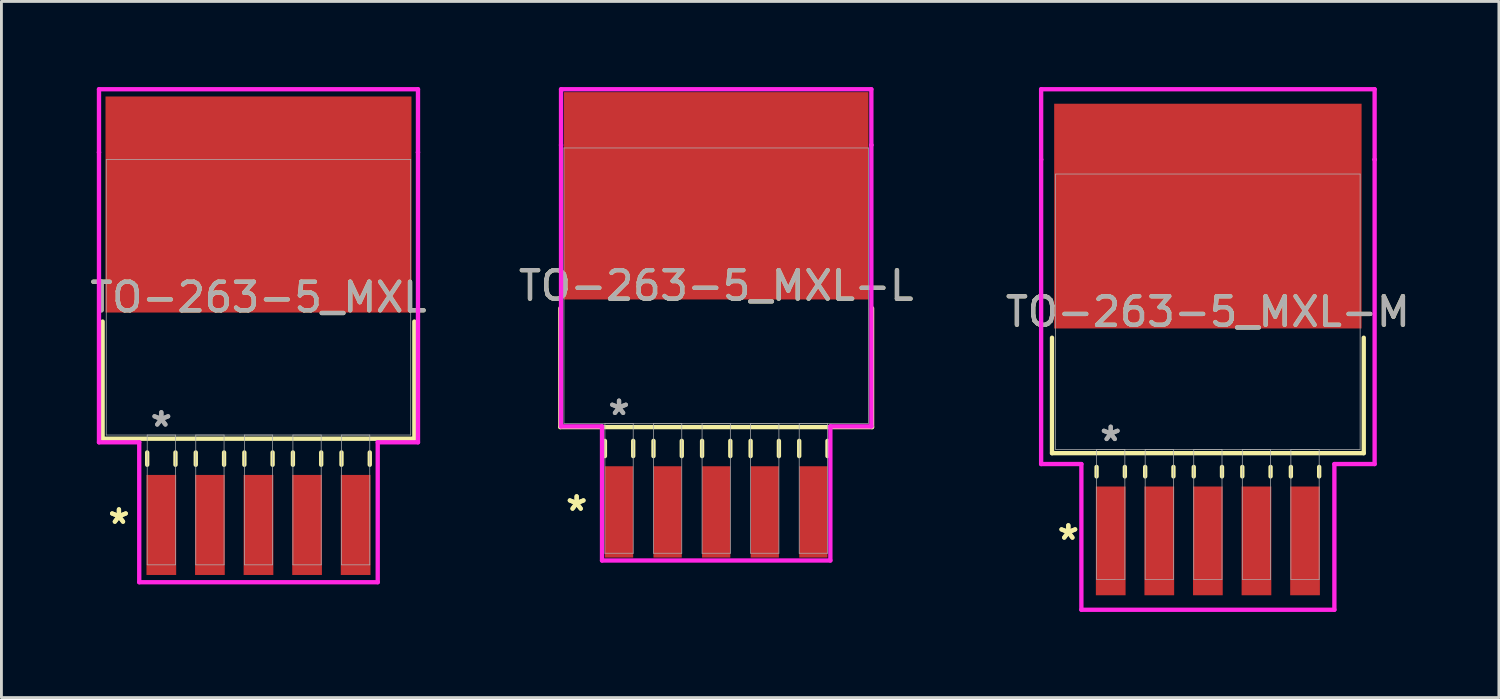
<source format=kicad_pcb>
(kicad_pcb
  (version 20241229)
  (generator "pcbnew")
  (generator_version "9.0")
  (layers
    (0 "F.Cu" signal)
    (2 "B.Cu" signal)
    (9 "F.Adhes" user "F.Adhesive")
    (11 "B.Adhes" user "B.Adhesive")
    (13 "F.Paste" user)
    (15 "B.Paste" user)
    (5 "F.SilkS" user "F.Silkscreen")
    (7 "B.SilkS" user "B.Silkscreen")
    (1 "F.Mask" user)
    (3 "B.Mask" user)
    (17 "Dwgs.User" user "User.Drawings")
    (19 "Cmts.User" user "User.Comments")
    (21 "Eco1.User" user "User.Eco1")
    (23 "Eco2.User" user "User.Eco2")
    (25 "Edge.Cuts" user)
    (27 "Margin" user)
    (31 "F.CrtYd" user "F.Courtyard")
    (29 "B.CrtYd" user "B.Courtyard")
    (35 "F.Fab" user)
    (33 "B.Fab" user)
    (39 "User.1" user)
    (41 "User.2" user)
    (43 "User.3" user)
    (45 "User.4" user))
  (footprint "TO-263-5_MXL-M"
    (layer "F.Cu")
    (at 39.268 7.874)
    (property "Reference" "TO-263-5_MXL-M" (at 0 0 0) (unlocked yes) (layer "F.SilkS") (effects (font (size 1 1) (thickness 0.15))))
    (attr smd)
    (fp_line (start -5.461 0.908) (end -5.461 4.953) (stroke (width 0.152) (type solid)) (layer "F.SilkS"))
    (fp_line (start -5.461 4.953) (end 5.461 4.953) (stroke (width 0.152) (type solid)) (layer "F.SilkS"))
    (fp_line (start -3.899 5.436) (end -3.899 5.766) (stroke (width 0.152) (type solid)) (layer "F.SilkS"))
    (fp_line (start -2.908 5.436) (end -2.908 5.766) (stroke (width 0.152) (type solid)) (layer "F.SilkS"))
    (fp_line (start -2.197 5.436) (end -2.197 5.766) (stroke (width 0.152) (type solid)) (layer "F.SilkS"))
    (fp_line (start -1.206 5.436) (end -1.206 5.766) (stroke (width 0.152) (type solid)) (layer "F.SilkS"))
    (fp_line (start -0.495 5.436) (end -0.495 5.766) (stroke (width 0.152) (type solid)) (layer "F.SilkS"))
    (fp_line (start 0.495 5.436) (end 0.495 5.766) (stroke (width 0.152) (type solid)) (layer "F.SilkS"))
    (fp_line (start 1.206 5.436) (end 1.206 5.766) (stroke (width 0.152) (type solid)) (layer "F.SilkS"))
    (fp_line (start 2.197 5.436) (end 2.197 5.766) (stroke (width 0.152) (type solid)) (layer "F.SilkS"))
    (fp_line (start 2.908 5.436) (end 2.908 5.766) (stroke (width 0.152) (type solid)) (layer "F.SilkS"))
    (fp_line (start 3.899 5.436) (end 3.899 5.766) (stroke (width 0.152) (type solid)) (layer "F.SilkS"))
    (fp_line (start 5.461 4.953) (end 5.461 0.908) (stroke (width 0.152) (type solid)) (layer "F.SilkS"))
    (fp_line (start -5.842 -7.798) (end 5.842 -7.798) (stroke (width 0.152) (type solid)) (layer "F.CrtYd"))
    (fp_line (start -5.842 -5.334) (end -5.842 -7.798) (stroke (width 0.152) (type solid)) (layer "F.CrtYd"))
    (fp_line (start -5.842 -5.334) (end -5.842 -5.334) (stroke (width 0.152) (type solid)) (layer "F.CrtYd"))
    (fp_line (start -5.842 5.334) (end -5.842 -5.334) (stroke (width 0.152) (type solid)) (layer "F.CrtYd"))
    (fp_line (start -4.432 5.334) (end -5.842 5.334) (stroke (width 0.152) (type solid)) (layer "F.CrtYd"))
    (fp_line (start -4.432 10.439) (end -4.432 5.334) (stroke (width 0.152) (type solid)) (layer "F.CrtYd"))
    (fp_line (start 4.432 5.334) (end 4.432 10.439) (stroke (width 0.152) (type solid)) (layer "F.CrtYd"))
    (fp_line (start 4.432 10.439) (end -4.432 10.439) (stroke (width 0.152) (type solid)) (layer "F.CrtYd"))
    (fp_line (start 5.842 -7.798) (end 5.842 -5.334) (stroke (width 0.152) (type solid)) (layer "F.CrtYd"))
    (fp_line (start 5.842 -5.334) (end 5.842 -5.334) (stroke (width 0.152) (type solid)) (layer "F.CrtYd"))
    (fp_line (start 5.842 -5.334) (end 5.842 5.334) (stroke (width 0.152) (type solid)) (layer "F.CrtYd"))
    (fp_line (start 5.842 5.334) (end 4.432 5.334) (stroke (width 0.152) (type solid)) (layer "F.CrtYd"))
    (fp_line (start -5.334 -4.826) (end -5.334 4.826) (stroke (width 0.025) (type solid)) (layer "F.Fab"))
    (fp_line (start -5.334 4.826) (end 5.334 4.826) (stroke (width 0.025) (type solid)) (layer "F.Fab"))
    (fp_line (start -3.899 4.826) (end -3.899 9.373) (stroke (width 0.025) (type solid)) (layer "F.Fab"))
    (fp_line (start -3.899 9.373) (end -2.908 9.373) (stroke (width 0.025) (type solid)) (layer "F.Fab"))
    (fp_line (start -2.908 4.826) (end -3.899 4.826) (stroke (width 0.025) (type solid)) (layer "F.Fab"))
    (fp_line (start -2.908 9.373) (end -2.908 4.826) (stroke (width 0.025) (type solid)) (layer "F.Fab"))
    (fp_line (start -2.197 4.826) (end -2.197 9.373) (stroke (width 0.025) (type solid)) (layer "F.Fab"))
    (fp_line (start -2.197 9.373) (end -1.206 9.373) (stroke (width 0.025) (type solid)) (layer "F.Fab"))
    (fp_line (start -1.206 4.826) (end -2.197 4.826) (stroke (width 0.025) (type solid)) (layer "F.Fab"))
    (fp_line (start -1.206 9.373) (end -1.206 4.826) (stroke (width 0.025) (type solid)) (layer "F.Fab"))
    (fp_line (start -0.495 4.826) (end -0.495 9.373) (stroke (width 0.025) (type solid)) (layer "F.Fab"))
    (fp_line (start -0.495 9.373) (end 0.495 9.373) (stroke (width 0.025) (type solid)) (layer "F.Fab"))
    (fp_line (start 0.495 4.826) (end -0.495 4.826) (stroke (width 0.025) (type solid)) (layer "F.Fab"))
    (fp_line (start 0.495 9.373) (end 0.495 4.826) (stroke (width 0.025) (type solid)) (layer "F.Fab"))
    (fp_line (start 1.206 4.826) (end 1.206 9.373) (stroke (width 0.025) (type solid)) (layer "F.Fab"))
    (fp_line (start 1.206 9.373) (end 2.197 9.373) (stroke (width 0.025) (type solid)) (layer "F.Fab"))
    (fp_line (start 2.197 4.826) (end 1.206 4.826) (stroke (width 0.025) (type solid)) (layer "F.Fab"))
    (fp_line (start 2.197 9.373) (end 2.197 4.826) (stroke (width 0.025) (type solid)) (layer "F.Fab"))
    (fp_line (start 2.908 4.826) (end 2.908 9.373) (stroke (width 0.025) (type solid)) (layer "F.Fab"))
    (fp_line (start 2.908 9.373) (end 3.899 9.373) (stroke (width 0.025) (type solid)) (layer "F.Fab"))
    (fp_line (start 3.899 4.826) (end 2.908 4.826) (stroke (width 0.025) (type solid)) (layer "F.Fab"))
    (fp_line (start 3.899 9.373) (end 3.899 4.826) (stroke (width 0.025) (type solid)) (layer "F.Fab"))
    (fp_line (start 5.334 -4.826) (end -5.334 -4.826) (stroke (width 0.025) (type solid)) (layer "F.Fab"))
    (fp_line (start 5.334 4.826) (end 5.334 -4.826) (stroke (width 0.025) (type solid)) (layer "F.Fab"))
    (fp_text user "*" (at -4.889 8.026 0) (layer "F.SilkS") (effects (font (size 1 1) (thickness 0.15))))
    (fp_text user "*" (at -4.889 8.026 0) (unlocked yes) (layer "F.SilkS") (effects (font (size 1 1) (thickness 0.15))))
    (fp_text user "${REFERENCE}" (at 0 0 0) (unlocked yes) (layer "F.Fab") (effects (font (size 1 1) (thickness 0.15))))
    (fp_text user "*" (at -3.404 4.572 0) (layer "F.Fab") (effects (font (size 1 1) (thickness 0.15))))
    (fp_text user "*" (at -3.404 4.572 0) (unlocked yes) (layer "F.Fab") (effects (font (size 1 1) (thickness 0.15))))
    (pad "1" smd rect (at -3.404 8.026) (size 1.041 3.81) (layers "F.Cu" "F.Mask" "F.Paste"))
    (pad "2" smd rect (at -1.702 8.026) (size 1.041 3.81) (layers "F.Cu" "F.Mask" "F.Paste"))
    (pad "3" smd rect (at 0 8.026) (size 1.041 3.81) (layers "F.Cu" "F.Mask" "F.Paste"))
    (pad "4" smd rect (at 1.702 8.026) (size 1.041 3.81) (layers "F.Cu" "F.Mask" "F.Paste"))
    (pad "5" smd rect (at 3.404 8.026) (size 1.041 3.81) (layers "F.Cu" "F.Mask" "F.Paste"))
    (pad "6" smd rect (at 0 -3.353) (size 10.77 7.874) (layers "F.Cu" "F.Mask" "F.Paste")))
  (footprint "TO-263-5_MXL"
    (layer "F.Cu")
    (at 6.006 7.366)
    (property "Reference" "TO-263-5_MXL" (at 0 0 0) (unlocked yes) (layer "F.SilkS") (effects (font (size 1 1) (thickness 0.15))))
    (attr smd)
    (fp_line (start -5.461 0.85) (end -5.461 4.953) (stroke (width 0.152) (type solid)) (layer "F.SilkS"))
    (fp_line (start -5.461 4.953) (end 5.461 4.953) (stroke (width 0.152) (type solid)) (layer "F.SilkS"))
    (fp_line (start -3.899 5.436) (end -3.899 5.867) (stroke (width 0.152) (type solid)) (layer "F.SilkS"))
    (fp_line (start -2.908 5.436) (end -2.908 5.867) (stroke (width 0.152) (type solid)) (layer "F.SilkS"))
    (fp_line (start -2.197 5.436) (end -2.197 5.867) (stroke (width 0.152) (type solid)) (layer "F.SilkS"))
    (fp_line (start -1.206 5.436) (end -1.206 5.867) (stroke (width 0.152) (type solid)) (layer "F.SilkS"))
    (fp_line (start -0.495 5.436) (end -0.495 5.867) (stroke (width 0.152) (type solid)) (layer "F.SilkS"))
    (fp_line (start 0.495 5.436) (end 0.495 5.867) (stroke (width 0.152) (type solid)) (layer "F.SilkS"))
    (fp_line (start 1.206 5.436) (end 1.206 5.867) (stroke (width 0.152) (type solid)) (layer "F.SilkS"))
    (fp_line (start 2.197 5.436) (end 2.197 5.867) (stroke (width 0.152) (type solid)) (layer "F.SilkS"))
    (fp_line (start 2.908 5.436) (end 2.908 5.867) (stroke (width 0.152) (type solid)) (layer "F.SilkS"))
    (fp_line (start 3.899 5.436) (end 3.899 5.867) (stroke (width 0.152) (type solid)) (layer "F.SilkS"))
    (fp_line (start 5.461 4.953) (end 5.461 0.85) (stroke (width 0.152) (type solid)) (layer "F.SilkS"))
    (fp_line (start -5.588 -7.29) (end 5.588 -7.29) (stroke (width 0.152) (type solid)) (layer "F.CrtYd"))
    (fp_line (start -5.588 -5.08) (end -5.588 -7.29) (stroke (width 0.152) (type solid)) (layer "F.CrtYd"))
    (fp_line (start -5.588 -5.08) (end -5.588 -5.08) (stroke (width 0.152) (type solid)) (layer "F.CrtYd"))
    (fp_line (start -5.588 5.08) (end -5.588 -5.08) (stroke (width 0.152) (type solid)) (layer "F.CrtYd"))
    (fp_line (start -4.178 5.08) (end -5.588 5.08) (stroke (width 0.152) (type solid)) (layer "F.CrtYd"))
    (fp_line (start -4.178 9.982) (end -4.178 5.08) (stroke (width 0.152) (type solid)) (layer "F.CrtYd"))
    (fp_line (start 4.178 5.08) (end 4.178 9.982) (stroke (width 0.152) (type solid)) (layer "F.CrtYd"))
    (fp_line (start 4.178 9.982) (end -4.178 9.982) (stroke (width 0.152) (type solid)) (layer "F.CrtYd"))
    (fp_line (start 5.588 -7.29) (end 5.588 -5.08) (stroke (width 0.152) (type solid)) (layer "F.CrtYd"))
    (fp_line (start 5.588 -5.08) (end 5.588 -5.08) (stroke (width 0.152) (type solid)) (layer "F.CrtYd"))
    (fp_line (start 5.588 -5.08) (end 5.588 5.08) (stroke (width 0.152) (type solid)) (layer "F.CrtYd"))
    (fp_line (start 5.588 5.08) (end 4.178 5.08) (stroke (width 0.152) (type solid)) (layer "F.CrtYd"))
    (fp_line (start -5.334 -4.826) (end -5.334 4.826) (stroke (width 0.025) (type solid)) (layer "F.Fab"))
    (fp_line (start -5.334 4.826) (end 5.334 4.826) (stroke (width 0.025) (type solid)) (layer "F.Fab"))
    (fp_line (start -3.899 4.826) (end -3.899 9.373) (stroke (width 0.025) (type solid)) (layer "F.Fab"))
    (fp_line (start -3.899 9.373) (end -2.908 9.373) (stroke (width 0.025) (type solid)) (layer "F.Fab"))
    (fp_line (start -2.908 4.826) (end -3.899 4.826) (stroke (width 0.025) (type solid)) (layer "F.Fab"))
    (fp_line (start -2.908 9.373) (end -2.908 4.826) (stroke (width 0.025) (type solid)) (layer "F.Fab"))
    (fp_line (start -2.197 4.826) (end -2.197 9.373) (stroke (width 0.025) (type solid)) (layer "F.Fab"))
    (fp_line (start -2.197 9.373) (end -1.206 9.373) (stroke (width 0.025) (type solid)) (layer "F.Fab"))
    (fp_line (start -1.206 4.826) (end -2.197 4.826) (stroke (width 0.025) (type solid)) (layer "F.Fab"))
    (fp_line (start -1.206 9.373) (end -1.206 4.826) (stroke (width 0.025) (type solid)) (layer "F.Fab"))
    (fp_line (start -0.495 4.826) (end -0.495 9.373) (stroke (width 0.025) (type solid)) (layer "F.Fab"))
    (fp_line (start -0.495 9.373) (end 0.495 9.373) (stroke (width 0.025) (type solid)) (layer "F.Fab"))
    (fp_line (start 0.495 4.826) (end -0.495 4.826) (stroke (width 0.025) (type solid)) (layer "F.Fab"))
    (fp_line (start 0.495 9.373) (end 0.495 4.826) (stroke (width 0.025) (type solid)) (layer "F.Fab"))
    (fp_line (start 1.206 4.826) (end 1.206 9.373) (stroke (width 0.025) (type solid)) (layer "F.Fab"))
    (fp_line (start 1.206 9.373) (end 2.197 9.373) (stroke (width 0.025) (type solid)) (layer "F.Fab"))
    (fp_line (start 2.197 4.826) (end 1.206 4.826) (stroke (width 0.025) (type solid)) (layer "F.Fab"))
    (fp_line (start 2.197 9.373) (end 2.197 4.826) (stroke (width 0.025) (type solid)) (layer "F.Fab"))
    (fp_line (start 2.908 4.826) (end 2.908 9.373) (stroke (width 0.025) (type solid)) (layer "F.Fab"))
    (fp_line (start 2.908 9.373) (end 3.899 9.373) (stroke (width 0.025) (type solid)) (layer "F.Fab"))
    (fp_line (start 3.899 4.826) (end 2.908 4.826) (stroke (width 0.025) (type solid)) (layer "F.Fab"))
    (fp_line (start 3.899 9.373) (end 3.899 4.826) (stroke (width 0.025) (type solid)) (layer "F.Fab"))
    (fp_line (start 5.334 -4.826) (end -5.334 -4.826) (stroke (width 0.025) (type solid)) (layer "F.Fab"))
    (fp_line (start 5.334 4.826) (end 5.334 -4.826) (stroke (width 0.025) (type solid)) (layer "F.Fab"))
    (fp_text user "*" (at -4.889 7.976 0) (unlocked yes) (layer "F.SilkS") (effects (font (size 1 1) (thickness 0.15))))
    (fp_text user "*" (at -4.889 7.976 0) (layer "F.SilkS") (effects (font (size 1 1) (thickness 0.15))))
    (fp_text user "*" (at -3.404 4.572 0) (layer "F.Fab") (effects (font (size 1 1) (thickness 0.15))))
    (fp_text user "*" (at -3.404 4.572 0) (unlocked yes) (layer "F.Fab") (effects (font (size 1 1) (thickness 0.15))))
    (fp_text user "${REFERENCE}" (at 0 0 0) (unlocked yes) (layer "F.Fab") (effects (font (size 1 1) (thickness 0.15))))
    (pad "1" smd rect (at -3.404 7.976) (size 1.041 3.505) (layers "F.Cu" "F.Mask" "F.Paste"))
    (pad "2" smd rect (at -1.702 7.976) (size 1.041 3.505) (layers "F.Cu" "F.Mask" "F.Paste"))
    (pad "3" smd rect (at 0 7.976) (size 1.041 3.505) (layers "F.Cu" "F.Mask" "F.Paste"))
    (pad "4" smd rect (at 1.702 7.976) (size 1.041 3.505) (layers "F.Cu" "F.Mask" "F.Paste"))
    (pad "5" smd rect (at 3.404 7.976) (size 1.041 3.505) (layers "F.Cu" "F.Mask" "F.Paste"))
    (pad "6" smd rect (at 0 -3.251) (size 10.719 7.569) (layers "F.Cu" "F.Mask" "F.Paste")))
  (footprint "TO-263-5_MXL-L"
    (layer "F.Cu")
    (at 22.042 6.96)
    (property "Reference" "TO-263-5_MXL-L" (at 0 0 0) (unlocked yes) (layer "F.SilkS") (effects (font (size 1 1) (thickness 0.15))))
    (attr smd)
    (fp_line (start -5.461 0.79) (end -5.461 4.953) (stroke (width 0.152) (type solid)) (layer "F.SilkS"))
    (fp_line (start -5.461 4.953) (end 5.461 4.953) (stroke (width 0.152) (type solid)) (layer "F.SilkS"))
    (fp_line (start -3.899 5.436) (end -3.899 5.969) (stroke (width 0.152) (type solid)) (layer "F.SilkS"))
    (fp_line (start -2.908 5.436) (end -2.908 5.969) (stroke (width 0.152) (type solid)) (layer "F.SilkS"))
    (fp_line (start -2.197 5.436) (end -2.197 5.969) (stroke (width 0.152) (type solid)) (layer "F.SilkS"))
    (fp_line (start -1.206 5.436) (end -1.206 5.969) (stroke (width 0.152) (type solid)) (layer "F.SilkS"))
    (fp_line (start -0.495 5.436) (end -0.495 5.969) (stroke (width 0.152) (type solid)) (layer "F.SilkS"))
    (fp_line (start 0.495 5.436) (end 0.495 5.969) (stroke (width 0.152) (type solid)) (layer "F.SilkS"))
    (fp_line (start 1.206 5.436) (end 1.206 5.969) (stroke (width 0.152) (type solid)) (layer "F.SilkS"))
    (fp_line (start 2.197 5.436) (end 2.197 5.969) (stroke (width 0.152) (type solid)) (layer "F.SilkS"))
    (fp_line (start 2.908 5.436) (end 2.908 5.969) (stroke (width 0.152) (type solid)) (layer "F.SilkS"))
    (fp_line (start 3.899 5.436) (end 3.899 5.969) (stroke (width 0.152) (type solid)) (layer "F.SilkS"))
    (fp_line (start 5.461 4.953) (end 5.461 0.79) (stroke (width 0.152) (type solid)) (layer "F.SilkS"))
    (fp_line (start -5.436 -6.883) (end 5.436 -6.883) (stroke (width 0.152) (type solid)) (layer "F.CrtYd"))
    (fp_line (start -5.436 -4.928) (end -5.436 -6.883) (stroke (width 0.152) (type solid)) (layer "F.CrtYd"))
    (fp_line (start -5.436 -4.928) (end -5.436 -4.928) (stroke (width 0.152) (type solid)) (layer "F.CrtYd"))
    (fp_line (start -5.436 4.928) (end -5.436 -4.928) (stroke (width 0.152) (type solid)) (layer "F.CrtYd"))
    (fp_line (start -4 4.928) (end -5.436 4.928) (stroke (width 0.152) (type solid)) (layer "F.CrtYd"))
    (fp_line (start -4 9.627) (end -4 4.928) (stroke (width 0.152) (type solid)) (layer "F.CrtYd"))
    (fp_line (start 4 4.928) (end 4 9.627) (stroke (width 0.152) (type solid)) (layer "F.CrtYd"))
    (fp_line (start 4 9.627) (end -4 9.627) (stroke (width 0.152) (type solid)) (layer "F.CrtYd"))
    (fp_line (start 5.436 -6.883) (end 5.436 -4.928) (stroke (width 0.152) (type solid)) (layer "F.CrtYd"))
    (fp_line (start 5.436 -4.928) (end 5.436 -4.928) (stroke (width 0.152) (type solid)) (layer "F.CrtYd"))
    (fp_line (start 5.436 -4.928) (end 5.436 4.928) (stroke (width 0.152) (type solid)) (layer "F.CrtYd"))
    (fp_line (start 5.436 4.928) (end 4 4.928) (stroke (width 0.152) (type solid)) (layer "F.CrtYd"))
    (fp_line (start -5.334 -4.826) (end -5.334 4.826) (stroke (width 0.025) (type solid)) (layer "F.Fab"))
    (fp_line (start -5.334 4.826) (end 5.334 4.826) (stroke (width 0.025) (type solid)) (layer "F.Fab"))
    (fp_line (start -3.899 4.826) (end -3.899 9.373) (stroke (width 0.025) (type solid)) (layer "F.Fab"))
    (fp_line (start -3.899 9.373) (end -2.908 9.373) (stroke (width 0.025) (type solid)) (layer "F.Fab"))
    (fp_line (start -2.908 4.826) (end -3.899 4.826) (stroke (width 0.025) (type solid)) (layer "F.Fab"))
    (fp_line (start -2.908 9.373) (end -2.908 4.826) (stroke (width 0.025) (type solid)) (layer "F.Fab"))
    (fp_line (start -2.197 4.826) (end -2.197 9.373) (stroke (width 0.025) (type solid)) (layer "F.Fab"))
    (fp_line (start -2.197 9.373) (end -1.206 9.373) (stroke (width 0.025) (type solid)) (layer "F.Fab"))
    (fp_line (start -1.206 4.826) (end -2.197 4.826) (stroke (width 0.025) (type solid)) (layer "F.Fab"))
    (fp_line (start -1.206 9.373) (end -1.206 4.826) (stroke (width 0.025) (type solid)) (layer "F.Fab"))
    (fp_line (start -0.495 4.826) (end -0.495 9.373) (stroke (width 0.025) (type solid)) (layer "F.Fab"))
    (fp_line (start -0.495 9.373) (end 0.495 9.373) (stroke (width 0.025) (type solid)) (layer "F.Fab"))
    (fp_line (start 0.495 4.826) (end -0.495 4.826) (stroke (width 0.025) (type solid)) (layer "F.Fab"))
    (fp_line (start 0.495 9.373) (end 0.495 4.826) (stroke (width 0.025) (type solid)) (layer "F.Fab"))
    (fp_line (start 1.206 4.826) (end 1.206 9.373) (stroke (width 0.025) (type solid)) (layer "F.Fab"))
    (fp_line (start 1.206 9.373) (end 2.197 9.373) (stroke (width 0.025) (type solid)) (layer "F.Fab"))
    (fp_line (start 2.197 4.826) (end 1.206 4.826) (stroke (width 0.025) (type solid)) (layer "F.Fab"))
    (fp_line (start 2.197 9.373) (end 2.197 4.826) (stroke (width 0.025) (type solid)) (layer "F.Fab"))
    (fp_line (start 2.908 4.826) (end 2.908 9.373) (stroke (width 0.025) (type solid)) (layer "F.Fab"))
    (fp_line (start 2.908 9.373) (end 3.899 9.373) (stroke (width 0.025) (type solid)) (layer "F.Fab"))
    (fp_line (start 3.899 4.826) (end 2.908 4.826) (stroke (width 0.025) (type solid)) (layer "F.Fab"))
    (fp_line (start 3.899 9.373) (end 3.899 4.826) (stroke (width 0.025) (type solid)) (layer "F.Fab"))
    (fp_line (start 5.334 -4.826) (end -5.334 -4.826) (stroke (width 0.025) (type solid)) (layer "F.Fab"))
    (fp_line (start 5.334 4.826) (end 5.334 -4.826) (stroke (width 0.025) (type solid)) (layer "F.Fab"))
    (fp_text user "*" (at -4.889 7.925 0) (layer "F.SilkS") (effects (font (size 1 1) (thickness 0.15))))
    (fp_text user "*" (at -4.889 7.925 0) (unlocked yes) (layer "F.SilkS") (effects (font (size 1 1) (thickness 0.15))))
    (fp_text user "*" (at -3.404 4.572 0) (unlocked yes) (layer "F.Fab") (effects (font (size 1 1) (thickness 0.15))))
    (fp_text user "*" (at -3.404 4.572 0) (layer "F.Fab") (effects (font (size 1 1) (thickness 0.15))))
    (fp_text user "${REFERENCE}" (at 0 0 0) (unlocked yes) (layer "F.Fab") (effects (font (size 1 1) (thickness 0.15))))
    (pad "1" smd rect (at -3.404 7.925) (size 0.991 3.2) (layers "F.Cu" "F.Mask" "F.Paste"))
    (pad "2" smd rect (at -1.702 7.925) (size 0.991 3.2) (layers "F.Cu" "F.Mask" "F.Paste"))
    (pad "3" smd rect (at 0 7.925) (size 0.991 3.2) (layers "F.Cu" "F.Mask" "F.Paste"))
    (pad "4" smd rect (at 1.702 7.925) (size 0.991 3.2) (layers "F.Cu" "F.Mask" "F.Paste"))
    (pad "5" smd rect (at 3.404 7.925) (size 0.991 3.2) (layers "F.Cu" "F.Mask" "F.Paste"))
    (pad "6" smd rect (at 0 -3.15) (size 10.668 7.264) (layers "F.Cu" "F.Mask" "F.Paste")))
  (gr_rect
    (start -3 -3)
    (end 49.464 21.39)
    (stroke (width 0.1) (type default))
    (fill no)
    (layer "Edge.Cuts")))
</source>
